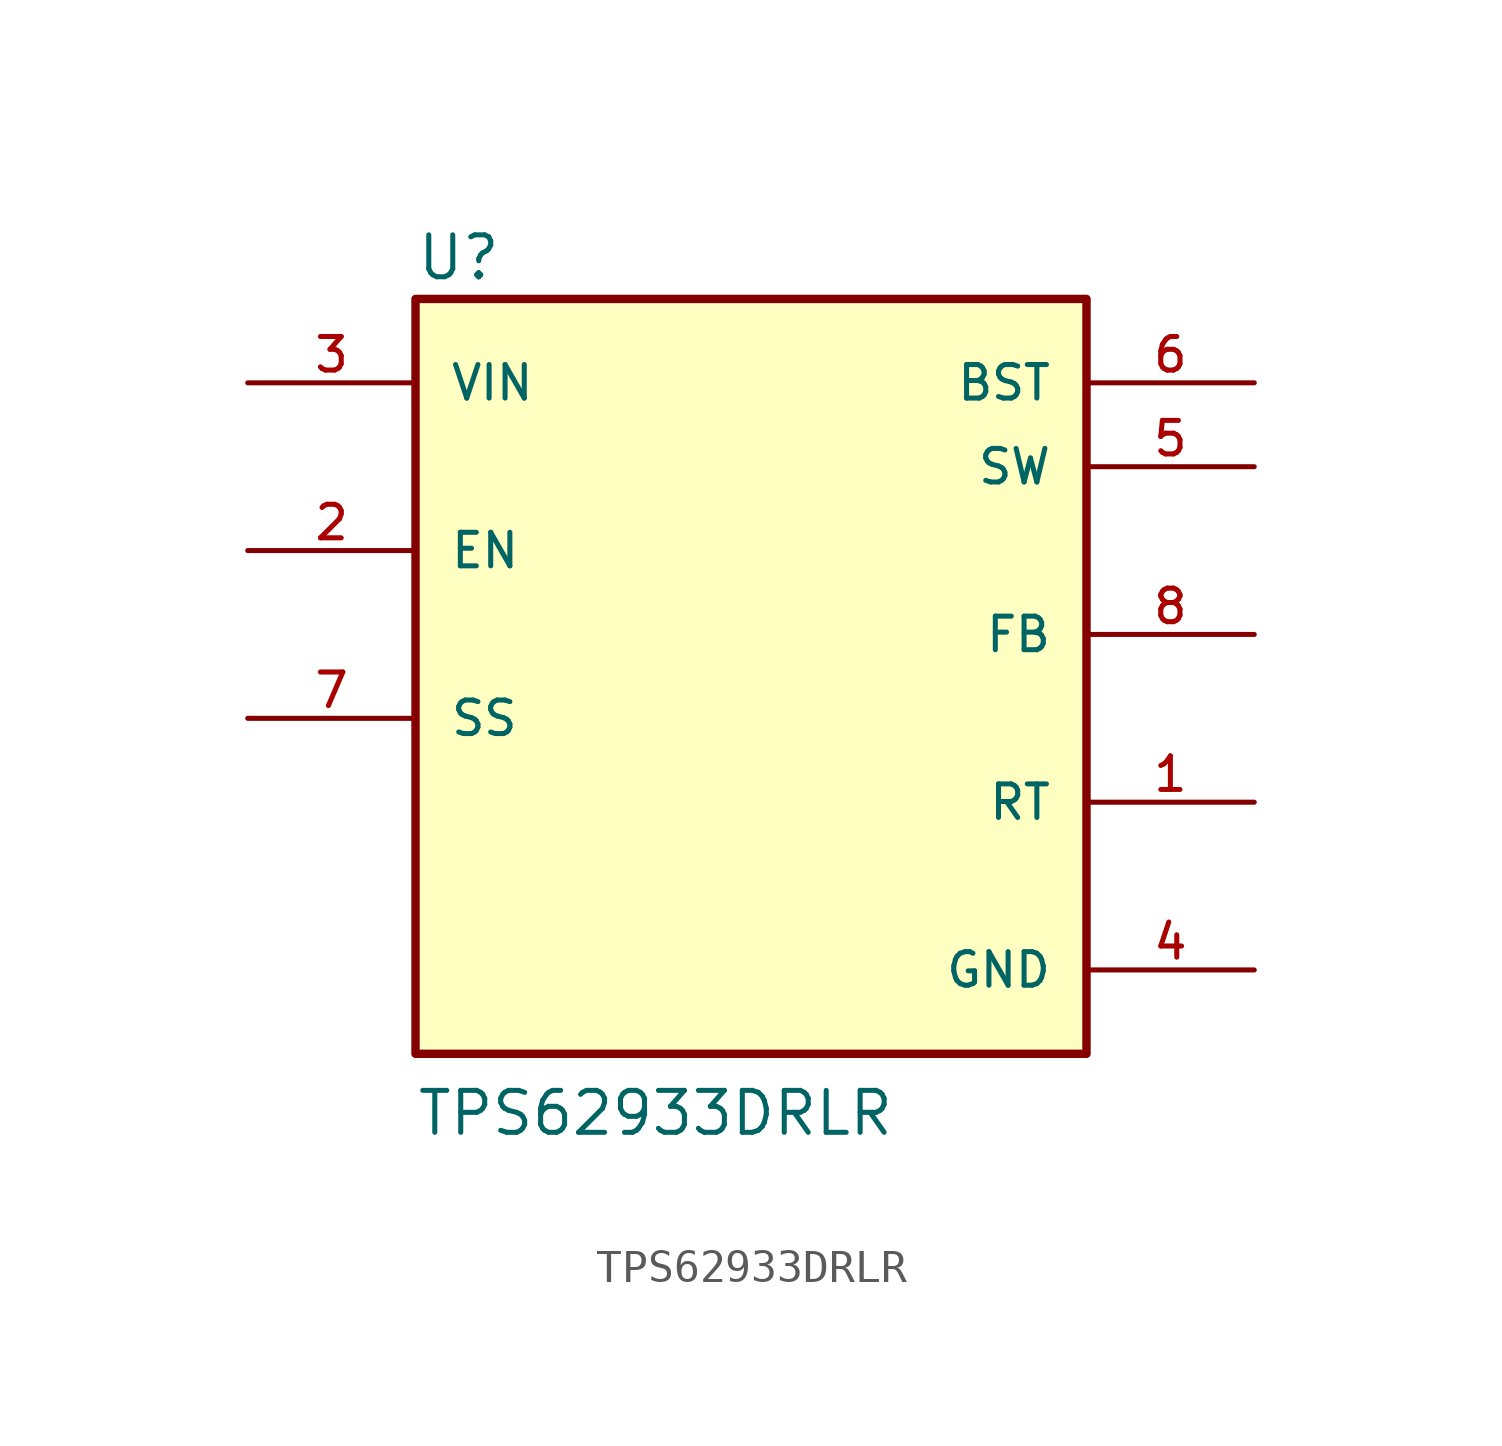
<source format=kicad_sym>
(kicad_symbol_lib
  (version 20211014)
  (generator kicad_symbol_editor)
  (symbol "TPS62933DRLR"
    (pin_names
      (offset 1.016))
    (property "Reference" "U"
      (at -10.16 13.208 0)
      (effects (font (size 1.27 1.27)) (justify bottom left)))
    (property "Value" "TPS62933DRLR"
      (at -10.16 -12.7 0)
      (effects (font (size 1.27 1.27)) (justify bottom left)))
    (symbol "TPS62933DRLR_0_0"
      (rectangle (start -10.16 -10.16) (end 10.16 12.7) (stroke (width 0.254)) (fill (type background)))
      (pin input line (at -15.24 10.16 0) (length 5.08) (name "VIN" (effects (font (size 1.016 1.016)))) (number "3" (effects (font (size 1.016 1.016)))))
      (pin input line (at -15.24 5.08 0) (length 5.08) (name "EN" (effects (font (size 1.016 1.016)))) (number "2" (effects (font (size 1.016 1.016)))))
      (pin input line (at -15.24 0.0 0) (length 5.08) (name "SS" (effects (font (size 1.016 1.016)))) (number "7" (effects (font (size 1.016 1.016)))))
      (pin input line (at 15.24 10.16 180.0) (length 5.08) (name "BST" (effects (font (size 1.016 1.016)))) (number "6" (effects (font (size 1.016 1.016)))))
      (pin output line (at 15.24 7.62 180.0) (length 5.08) (name "SW" (effects (font (size 1.016 1.016)))) (number "5" (effects (font (size 1.016 1.016)))))
      (pin input line (at 15.24 2.54 180.0) (length 5.08) (name "FB" (effects (font (size 1.016 1.016)))) (number "8" (effects (font (size 1.016 1.016)))))
      (pin input line (at 15.24 -2.54 180.0) (length 5.08) (name "RT" (effects (font (size 1.016 1.016)))) (number "1" (effects (font (size 1.016 1.016)))))
      (pin power_in line (at 15.24 -7.62 180.0) (length 5.08) (name "GND" (effects (font (size 1.016 1.016)))) (number "4" (effects (font (size 1.016 1.016))))))))
</source>
